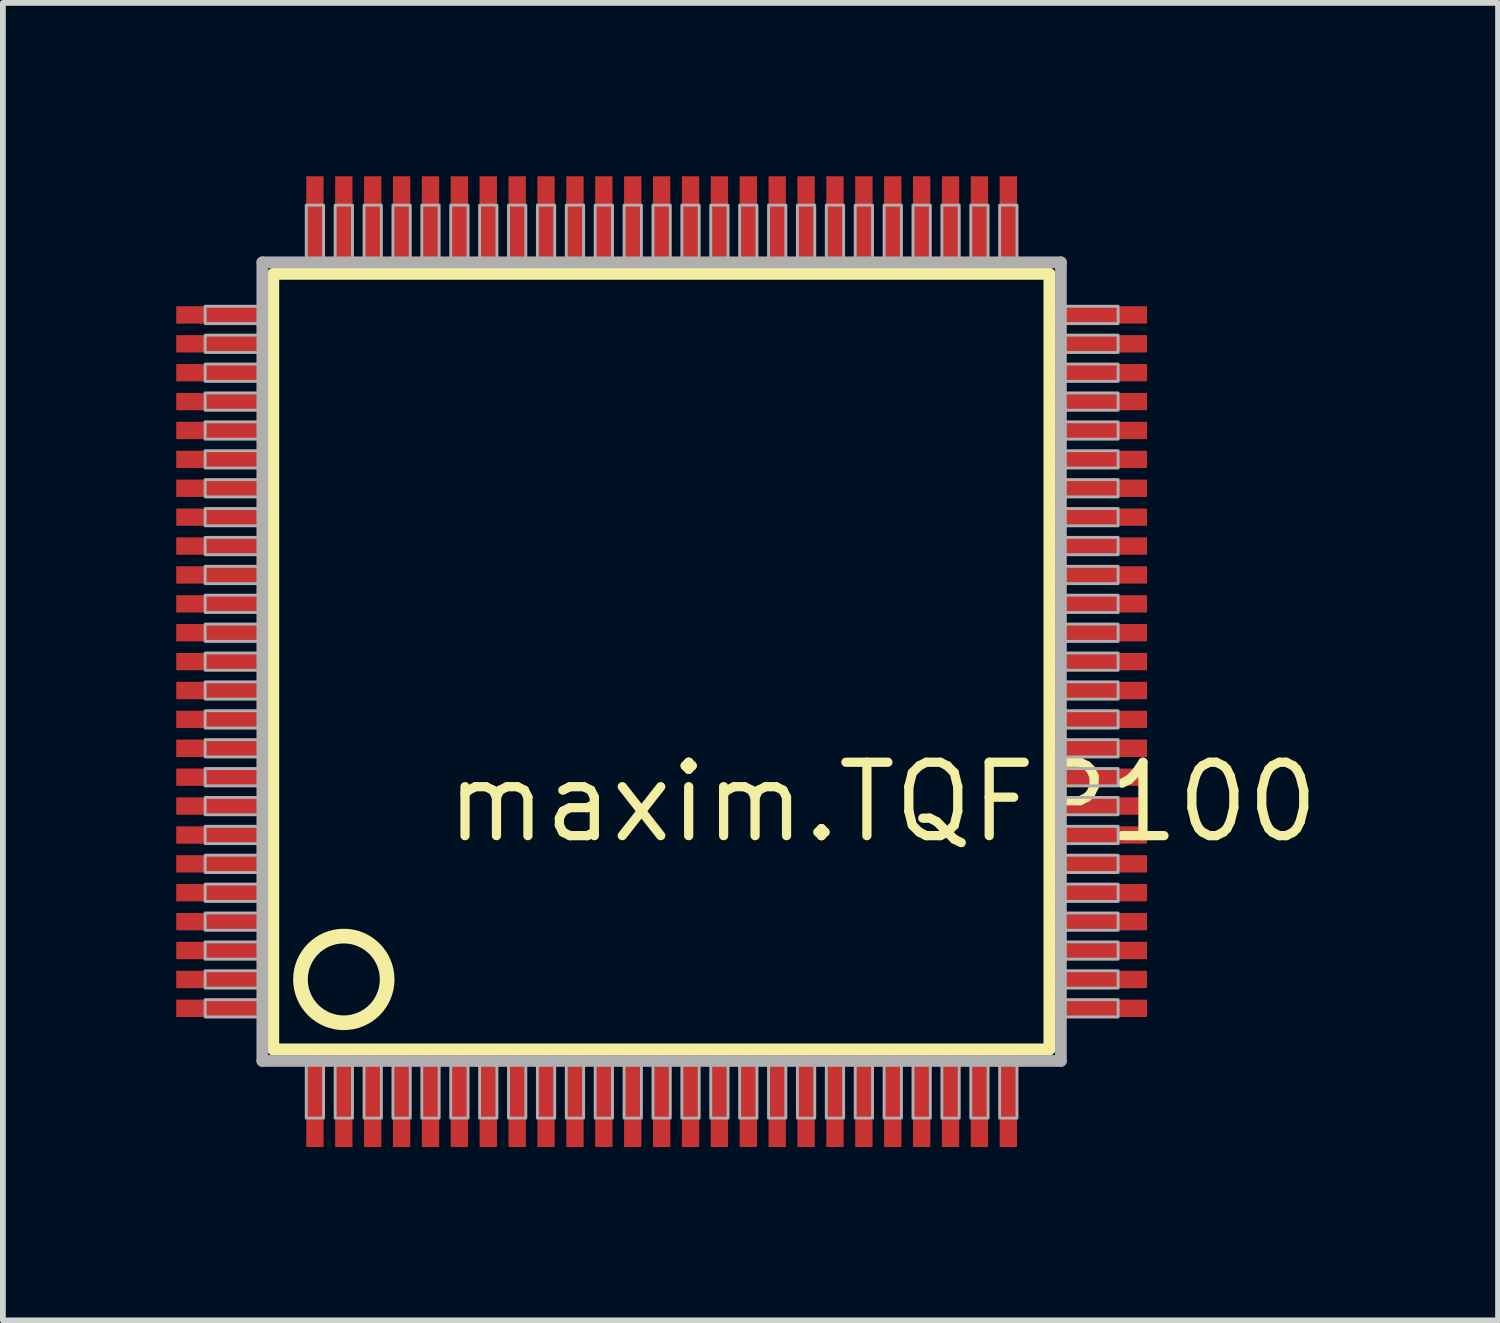
<source format=kicad_pcb>
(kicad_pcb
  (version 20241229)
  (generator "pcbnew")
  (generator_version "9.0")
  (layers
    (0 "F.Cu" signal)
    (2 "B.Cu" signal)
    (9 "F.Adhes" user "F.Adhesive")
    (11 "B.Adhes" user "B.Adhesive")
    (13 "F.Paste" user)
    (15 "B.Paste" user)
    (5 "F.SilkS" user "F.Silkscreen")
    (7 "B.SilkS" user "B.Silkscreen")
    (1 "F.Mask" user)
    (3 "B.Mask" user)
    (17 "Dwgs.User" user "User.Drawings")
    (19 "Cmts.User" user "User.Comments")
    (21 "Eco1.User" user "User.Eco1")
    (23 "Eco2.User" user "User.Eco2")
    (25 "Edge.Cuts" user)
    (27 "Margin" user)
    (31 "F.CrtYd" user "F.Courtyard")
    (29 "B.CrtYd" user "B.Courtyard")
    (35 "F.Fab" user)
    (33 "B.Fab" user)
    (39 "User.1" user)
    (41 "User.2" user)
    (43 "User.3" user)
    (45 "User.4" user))
  (footprint "maxim.TQFP100"
    (layer "F.Cu")
    (at 8.4 8.4)
    (property "Reference" "maxim.TQFP100" (at -3.81 3.175 0) (layer "F.SilkS") (effects (font (size 1.27 1.27) (thickness 0.16)) (justify left bottom)))
    (attr smd)
    (fp_line (start -6.72 -6.71) (end 6.71 -6.71) (stroke (width 0.203) (type default)) (layer "F.SilkS"))
    (fp_line (start -6.72 6.71) (end -6.72 -6.71) (stroke (width 0.203) (type default)) (layer "F.SilkS"))
    (fp_line (start 6.71 -6.71) (end 6.71 6.71) (stroke (width 0.203) (type default)) (layer "F.SilkS"))
    (fp_line (start 6.71 6.71) (end -6.72 6.71) (stroke (width 0.203) (type default)) (layer "F.SilkS"))
    (fp_circle (center -5.5 5.5) (end -4.75 5.5) (stroke (width 0.254) (type default)) (fill no) (layer "F.SilkS"))
    (fp_line (start -6.91 -6.91) (end -6.91 6.91) (stroke (width 0.203) (type default)) (layer "F.Fab"))
    (fp_line (start -6.91 6.91) (end 6.91 6.91) (stroke (width 0.203) (type default)) (layer "F.Fab"))
    (fp_line (start 6.91 -6.91) (end -6.91 -6.91) (stroke (width 0.203) (type default)) (layer "F.Fab"))
    (fp_line (start 6.91 6.91) (end 6.91 -6.91) (stroke (width 0.203) (type default)) (layer "F.Fab"))
    (fp_rect (start -7.9 -5.85) (end -6.95 -6.15) (stroke (width 0.05) (type default)) (fill no) (layer "F.Fab"))
    (fp_rect (start -7.9 -5.35) (end -6.95 -5.65) (stroke (width 0.05) (type default)) (fill no) (layer "F.Fab"))
    (fp_rect (start -7.9 -4.85) (end -6.95 -5.15) (stroke (width 0.05) (type default)) (fill no) (layer "F.Fab"))
    (fp_rect (start -7.9 -4.35) (end -6.95 -4.65) (stroke (width 0.05) (type default)) (fill no) (layer "F.Fab"))
    (fp_rect (start -7.9 -3.85) (end -6.95 -4.15) (stroke (width 0.05) (type default)) (fill no) (layer "F.Fab"))
    (fp_rect (start -7.9 -3.35) (end -6.95 -3.65) (stroke (width 0.05) (type default)) (fill no) (layer "F.Fab"))
    (fp_rect (start -7.9 -2.85) (end -6.95 -3.15) (stroke (width 0.05) (type default)) (fill no) (layer "F.Fab"))
    (fp_rect (start -7.9 -2.35) (end -6.95 -2.65) (stroke (width 0.05) (type default)) (fill no) (layer "F.Fab"))
    (fp_rect (start -7.9 -1.85) (end -6.95 -2.15) (stroke (width 0.05) (type default)) (fill no) (layer "F.Fab"))
    (fp_rect (start -7.9 -1.35) (end -6.95 -1.65) (stroke (width 0.05) (type default)) (fill no) (layer "F.Fab"))
    (fp_rect (start -7.9 -0.85) (end -6.95 -1.15) (stroke (width 0.05) (type default)) (fill no) (layer "F.Fab"))
    (fp_rect (start -7.9 -0.35) (end -6.95 -0.65) (stroke (width 0.05) (type default)) (fill no) (layer "F.Fab"))
    (fp_rect (start -7.9 0.15) (end -6.95 -0.15) (stroke (width 0.05) (type default)) (fill no) (layer "F.Fab"))
    (fp_rect (start -7.9 0.65) (end -6.95 0.35) (stroke (width 0.05) (type default)) (fill no) (layer "F.Fab"))
    (fp_rect (start -7.9 1.15) (end -6.95 0.85) (stroke (width 0.05) (type default)) (fill no) (layer "F.Fab"))
    (fp_rect (start -7.9 1.65) (end -6.95 1.35) (stroke (width 0.05) (type default)) (fill no) (layer "F.Fab"))
    (fp_rect (start -7.9 2.15) (end -6.95 1.85) (stroke (width 0.05) (type default)) (fill no) (layer "F.Fab"))
    (fp_rect (start -7.9 2.65) (end -6.95 2.35) (stroke (width 0.05) (type default)) (fill no) (layer "F.Fab"))
    (fp_rect (start -7.9 3.15) (end -6.95 2.85) (stroke (width 0.05) (type default)) (fill no) (layer "F.Fab"))
    (fp_rect (start -7.9 3.65) (end -6.95 3.35) (stroke (width 0.05) (type default)) (fill no) (layer "F.Fab"))
    (fp_rect (start -7.9 4.15) (end -6.95 3.85) (stroke (width 0.05) (type default)) (fill no) (layer "F.Fab"))
    (fp_rect (start -7.9 4.65) (end -6.95 4.35) (stroke (width 0.05) (type default)) (fill no) (layer "F.Fab"))
    (fp_rect (start -7.9 5.15) (end -6.95 4.85) (stroke (width 0.05) (type default)) (fill no) (layer "F.Fab"))
    (fp_rect (start -7.9 5.65) (end -6.95 5.35) (stroke (width 0.05) (type default)) (fill no) (layer "F.Fab"))
    (fp_rect (start -7.9 6.15) (end -6.95 5.85) (stroke (width 0.05) (type default)) (fill no) (layer "F.Fab"))
    (fp_rect (start -6.15 -6.95) (end -5.85 -7.9) (stroke (width 0.05) (type default)) (fill no) (layer "F.Fab"))
    (fp_rect (start -6.15 7.9) (end -5.85 6.95) (stroke (width 0.05) (type default)) (fill no) (layer "F.Fab"))
    (fp_rect (start -5.65 -6.95) (end -5.35 -7.9) (stroke (width 0.05) (type default)) (fill no) (layer "F.Fab"))
    (fp_rect (start -5.65 7.9) (end -5.35 6.95) (stroke (width 0.05) (type default)) (fill no) (layer "F.Fab"))
    (fp_rect (start -5.15 -6.95) (end -4.85 -7.9) (stroke (width 0.05) (type default)) (fill no) (layer "F.Fab"))
    (fp_rect (start -5.15 7.9) (end -4.85 6.95) (stroke (width 0.05) (type default)) (fill no) (layer "F.Fab"))
    (fp_rect (start -4.65 -6.95) (end -4.35 -7.9) (stroke (width 0.05) (type default)) (fill no) (layer "F.Fab"))
    (fp_rect (start -4.65 7.9) (end -4.35 6.95) (stroke (width 0.05) (type default)) (fill no) (layer "F.Fab"))
    (fp_rect (start -4.15 -6.95) (end -3.85 -7.9) (stroke (width 0.05) (type default)) (fill no) (layer "F.Fab"))
    (fp_rect (start -4.15 7.9) (end -3.85 6.95) (stroke (width 0.05) (type default)) (fill no) (layer "F.Fab"))
    (fp_rect (start -3.65 -6.95) (end -3.35 -7.9) (stroke (width 0.05) (type default)) (fill no) (layer "F.Fab"))
    (fp_rect (start -3.65 7.9) (end -3.35 6.95) (stroke (width 0.05) (type default)) (fill no) (layer "F.Fab"))
    (fp_rect (start -3.15 -6.95) (end -2.85 -7.9) (stroke (width 0.05) (type default)) (fill no) (layer "F.Fab"))
    (fp_rect (start -3.15 7.9) (end -2.85 6.95) (stroke (width 0.05) (type default)) (fill no) (layer "F.Fab"))
    (fp_rect (start -2.65 -6.95) (end -2.35 -7.9) (stroke (width 0.05) (type default)) (fill no) (layer "F.Fab"))
    (fp_rect (start -2.65 7.9) (end -2.35 6.95) (stroke (width 0.05) (type default)) (fill no) (layer "F.Fab"))
    (fp_rect (start -2.15 -6.95) (end -1.85 -7.9) (stroke (width 0.05) (type default)) (fill no) (layer "F.Fab"))
    (fp_rect (start -2.15 7.9) (end -1.85 6.95) (stroke (width 0.05) (type default)) (fill no) (layer "F.Fab"))
    (fp_rect (start -1.65 -6.95) (end -1.35 -7.9) (stroke (width 0.05) (type default)) (fill no) (layer "F.Fab"))
    (fp_rect (start -1.65 7.9) (end -1.35 6.95) (stroke (width 0.05) (type default)) (fill no) (layer "F.Fab"))
    (fp_rect (start -1.15 -6.95) (end -0.85 -7.9) (stroke (width 0.05) (type default)) (fill no) (layer "F.Fab"))
    (fp_rect (start -1.15 7.9) (end -0.85 6.95) (stroke (width 0.05) (type default)) (fill no) (layer "F.Fab"))
    (fp_rect (start -0.65 -6.95) (end -0.35 -7.9) (stroke (width 0.05) (type default)) (fill no) (layer "F.Fab"))
    (fp_rect (start -0.65 7.9) (end -0.35 6.95) (stroke (width 0.05) (type default)) (fill no) (layer "F.Fab"))
    (fp_rect (start -0.15 -6.95) (end 0.15 -7.9) (stroke (width 0.05) (type default)) (fill no) (layer "F.Fab"))
    (fp_rect (start -0.15 7.9) (end 0.15 6.95) (stroke (width 0.05) (type default)) (fill no) (layer "F.Fab"))
    (fp_rect (start 0.35 -6.95) (end 0.65 -7.9) (stroke (width 0.05) (type default)) (fill no) (layer "F.Fab"))
    (fp_rect (start 0.35 7.9) (end 0.65 6.95) (stroke (width 0.05) (type default)) (fill no) (layer "F.Fab"))
    (fp_rect (start 0.85 -6.95) (end 1.15 -7.9) (stroke (width 0.05) (type default)) (fill no) (layer "F.Fab"))
    (fp_rect (start 0.85 7.9) (end 1.15 6.95) (stroke (width 0.05) (type default)) (fill no) (layer "F.Fab"))
    (fp_rect (start 1.35 -6.95) (end 1.65 -7.9) (stroke (width 0.05) (type default)) (fill no) (layer "F.Fab"))
    (fp_rect (start 1.35 7.9) (end 1.65 6.95) (stroke (width 0.05) (type default)) (fill no) (layer "F.Fab"))
    (fp_rect (start 1.85 -6.95) (end 2.15 -7.9) (stroke (width 0.05) (type default)) (fill no) (layer "F.Fab"))
    (fp_rect (start 1.85 7.9) (end 2.15 6.95) (stroke (width 0.05) (type default)) (fill no) (layer "F.Fab"))
    (fp_rect (start 2.35 -6.95) (end 2.65 -7.9) (stroke (width 0.05) (type default)) (fill no) (layer "F.Fab"))
    (fp_rect (start 2.35 7.9) (end 2.65 6.95) (stroke (width 0.05) (type default)) (fill no) (layer "F.Fab"))
    (fp_rect (start 2.85 -6.95) (end 3.15 -7.9) (stroke (width 0.05) (type default)) (fill no) (layer "F.Fab"))
    (fp_rect (start 2.85 7.9) (end 3.15 6.95) (stroke (width 0.05) (type default)) (fill no) (layer "F.Fab"))
    (fp_rect (start 3.35 -6.95) (end 3.65 -7.9) (stroke (width 0.05) (type default)) (fill no) (layer "F.Fab"))
    (fp_rect (start 3.35 7.9) (end 3.65 6.95) (stroke (width 0.05) (type default)) (fill no) (layer "F.Fab"))
    (fp_rect (start 3.85 -6.95) (end 4.15 -7.9) (stroke (width 0.05) (type default)) (fill no) (layer "F.Fab"))
    (fp_rect (start 3.85 7.9) (end 4.15 6.95) (stroke (width 0.05) (type default)) (fill no) (layer "F.Fab"))
    (fp_rect (start 4.35 -6.95) (end 4.65 -7.9) (stroke (width 0.05) (type default)) (fill no) (layer "F.Fab"))
    (fp_rect (start 4.35 7.9) (end 4.65 6.95) (stroke (width 0.05) (type default)) (fill no) (layer "F.Fab"))
    (fp_rect (start 4.85 -6.95) (end 5.15 -7.9) (stroke (width 0.05) (type default)) (fill no) (layer "F.Fab"))
    (fp_rect (start 4.85 7.9) (end 5.15 6.95) (stroke (width 0.05) (type default)) (fill no) (layer "F.Fab"))
    (fp_rect (start 5.35 -6.95) (end 5.65 -7.9) (stroke (width 0.05) (type default)) (fill no) (layer "F.Fab"))
    (fp_rect (start 5.35 7.9) (end 5.65 6.95) (stroke (width 0.05) (type default)) (fill no) (layer "F.Fab"))
    (fp_rect (start 5.85 -6.95) (end 6.15 -7.9) (stroke (width 0.05) (type default)) (fill no) (layer "F.Fab"))
    (fp_rect (start 5.85 7.9) (end 6.15 6.95) (stroke (width 0.05) (type default)) (fill no) (layer "F.Fab"))
    (fp_rect (start 6.95 -5.85) (end 7.9 -6.15) (stroke (width 0.05) (type default)) (fill no) (layer "F.Fab"))
    (fp_rect (start 6.95 -5.35) (end 7.9 -5.65) (stroke (width 0.05) (type default)) (fill no) (layer "F.Fab"))
    (fp_rect (start 6.95 -4.85) (end 7.9 -5.15) (stroke (width 0.05) (type default)) (fill no) (layer "F.Fab"))
    (fp_rect (start 6.95 -4.35) (end 7.9 -4.65) (stroke (width 0.05) (type default)) (fill no) (layer "F.Fab"))
    (fp_rect (start 6.95 -3.85) (end 7.9 -4.15) (stroke (width 0.05) (type default)) (fill no) (layer "F.Fab"))
    (fp_rect (start 6.95 -3.35) (end 7.9 -3.65) (stroke (width 0.05) (type default)) (fill no) (layer "F.Fab"))
    (fp_rect (start 6.95 -2.85) (end 7.9 -3.15) (stroke (width 0.05) (type default)) (fill no) (layer "F.Fab"))
    (fp_rect (start 6.95 -2.35) (end 7.9 -2.65) (stroke (width 0.05) (type default)) (fill no) (layer "F.Fab"))
    (fp_rect (start 6.95 -1.85) (end 7.9 -2.15) (stroke (width 0.05) (type default)) (fill no) (layer "F.Fab"))
    (fp_rect (start 6.95 -1.35) (end 7.9 -1.65) (stroke (width 0.05) (type default)) (fill no) (layer "F.Fab"))
    (fp_rect (start 6.95 -0.85) (end 7.9 -1.15) (stroke (width 0.05) (type default)) (fill no) (layer "F.Fab"))
    (fp_rect (start 6.95 -0.35) (end 7.9 -0.65) (stroke (width 0.05) (type default)) (fill no) (layer "F.Fab"))
    (fp_rect (start 6.95 0.15) (end 7.9 -0.15) (stroke (width 0.05) (type default)) (fill no) (layer "F.Fab"))
    (fp_rect (start 6.95 0.65) (end 7.9 0.35) (stroke (width 0.05) (type default)) (fill no) (layer "F.Fab"))
    (fp_rect (start 6.95 1.15) (end 7.9 0.85) (stroke (width 0.05) (type default)) (fill no) (layer "F.Fab"))
    (fp_rect (start 6.95 1.65) (end 7.9 1.35) (stroke (width 0.05) (type default)) (fill no) (layer "F.Fab"))
    (fp_rect (start 6.95 2.15) (end 7.9 1.85) (stroke (width 0.05) (type default)) (fill no) (layer "F.Fab"))
    (fp_rect (start 6.95 2.65) (end 7.9 2.35) (stroke (width 0.05) (type default)) (fill no) (layer "F.Fab"))
    (fp_rect (start 6.95 3.15) (end 7.9 2.85) (stroke (width 0.05) (type default)) (fill no) (layer "F.Fab"))
    (fp_rect (start 6.95 3.65) (end 7.9 3.35) (stroke (width 0.05) (type default)) (fill no) (layer "F.Fab"))
    (fp_rect (start 6.95 4.15) (end 7.9 3.85) (stroke (width 0.05) (type default)) (fill no) (layer "F.Fab"))
    (fp_rect (start 6.95 4.65) (end 7.9 4.35) (stroke (width 0.05) (type default)) (fill no) (layer "F.Fab"))
    (fp_rect (start 6.95 5.15) (end 7.9 4.85) (stroke (width 0.05) (type default)) (fill no) (layer "F.Fab"))
    (fp_rect (start 6.95 5.65) (end 7.9 5.35) (stroke (width 0.05) (type default)) (fill no) (layer "F.Fab"))
    (fp_rect (start 6.95 6.15) (end 7.9 5.85) (stroke (width 0.05) (type default)) (fill no) (layer "F.Fab"))
    (pad "1" smd roundrect (at -6 7.6) (size 0.3 1.6) (layers "F.Cu" "F.Mask" "F.Paste") (roundrect_rratio 0.01))
    (pad "2" smd roundrect (at -5.5 7.6) (size 0.3 1.6) (layers "F.Cu" "F.Mask" "F.Paste") (roundrect_rratio 0.01))
    (pad "3" smd roundrect (at -5 7.6) (size 0.3 1.6) (layers "F.Cu" "F.Mask" "F.Paste") (roundrect_rratio 0.01))
    (pad "4" smd roundrect (at -4.5 7.6) (size 0.3 1.6) (layers "F.Cu" "F.Mask" "F.Paste") (roundrect_rratio 0.01))
    (pad "5" smd roundrect (at -4 7.6) (size 0.3 1.6) (layers "F.Cu" "F.Mask" "F.Paste") (roundrect_rratio 0.01))
    (pad "6" smd roundrect (at -3.5 7.6) (size 0.3 1.6) (layers "F.Cu" "F.Mask" "F.Paste") (roundrect_rratio 0.01))
    (pad "7" smd roundrect (at -3 7.6) (size 0.3 1.6) (layers "F.Cu" "F.Mask" "F.Paste") (roundrect_rratio 0.01))
    (pad "8" smd roundrect (at -2.5 7.6) (size 0.3 1.6) (layers "F.Cu" "F.Mask" "F.Paste") (roundrect_rratio 0.01))
    (pad "9" smd roundrect (at -2 7.6) (size 0.3 1.6) (layers "F.Cu" "F.Mask" "F.Paste") (roundrect_rratio 0.01))
    (pad "10" smd roundrect (at -1.5 7.6) (size 0.3 1.6) (layers "F.Cu" "F.Mask" "F.Paste") (roundrect_rratio 0.01))
    (pad "11" smd roundrect (at -1 7.6) (size 0.3 1.6) (layers "F.Cu" "F.Mask" "F.Paste") (roundrect_rratio 0.01))
    (pad "12" smd roundrect (at -0.5 7.6) (size 0.3 1.6) (layers "F.Cu" "F.Mask" "F.Paste") (roundrect_rratio 0.01))
    (pad "13" smd roundrect (at 0 7.6) (size 0.3 1.6) (layers "F.Cu" "F.Mask" "F.Paste") (roundrect_rratio 0.01))
    (pad "14" smd roundrect (at 0.5 7.6) (size 0.3 1.6) (layers "F.Cu" "F.Mask" "F.Paste") (roundrect_rratio 0.01))
    (pad "15" smd roundrect (at 1 7.6) (size 0.3 1.6) (layers "F.Cu" "F.Mask" "F.Paste") (roundrect_rratio 0.01))
    (pad "16" smd roundrect (at 1.5 7.6) (size 0.3 1.6) (layers "F.Cu" "F.Mask" "F.Paste") (roundrect_rratio 0.01))
    (pad "17" smd roundrect (at 2 7.6) (size 0.3 1.6) (layers "F.Cu" "F.Mask" "F.Paste") (roundrect_rratio 0.01))
    (pad "18" smd roundrect (at 2.5 7.6) (size 0.3 1.6) (layers "F.Cu" "F.Mask" "F.Paste") (roundrect_rratio 0.01))
    (pad "19" smd roundrect (at 3 7.6) (size 0.3 1.6) (layers "F.Cu" "F.Mask" "F.Paste") (roundrect_rratio 0.01))
    (pad "20" smd roundrect (at 3.5 7.6) (size 0.3 1.6) (layers "F.Cu" "F.Mask" "F.Paste") (roundrect_rratio 0.01))
    (pad "21" smd roundrect (at 4 7.6) (size 0.3 1.6) (layers "F.Cu" "F.Mask" "F.Paste") (roundrect_rratio 0.01))
    (pad "22" smd roundrect (at 4.5 7.6) (size 0.3 1.6) (layers "F.Cu" "F.Mask" "F.Paste") (roundrect_rratio 0.01))
    (pad "23" smd roundrect (at 5 7.6) (size 0.3 1.6) (layers "F.Cu" "F.Mask" "F.Paste") (roundrect_rratio 0.01))
    (pad "24" smd roundrect (at 5.5 7.6) (size 0.3 1.6) (layers "F.Cu" "F.Mask" "F.Paste") (roundrect_rratio 0.01))
    (pad "25" smd roundrect (at 6 7.6) (size 0.3 1.6) (layers "F.Cu" "F.Mask" "F.Paste") (roundrect_rratio 0.01))
    (pad "26" smd roundrect (at 7.6 6) (size 1.6 0.3) (layers "F.Cu" "F.Mask" "F.Paste") (roundrect_rratio 0.01))
    (pad "27" smd roundrect (at 7.6 5.5) (size 1.6 0.3) (layers "F.Cu" "F.Mask" "F.Paste") (roundrect_rratio 0.01))
    (pad "28" smd roundrect (at 7.6 5) (size 1.6 0.3) (layers "F.Cu" "F.Mask" "F.Paste") (roundrect_rratio 0.01))
    (pad "29" smd roundrect (at 7.6 4.5) (size 1.6 0.3) (layers "F.Cu" "F.Mask" "F.Paste") (roundrect_rratio 0.01))
    (pad "30" smd roundrect (at 7.6 4) (size 1.6 0.3) (layers "F.Cu" "F.Mask" "F.Paste") (roundrect_rratio 0.01))
    (pad "31" smd roundrect (at 7.6 3.5) (size 1.6 0.3) (layers "F.Cu" "F.Mask" "F.Paste") (roundrect_rratio 0.01))
    (pad "32" smd roundrect (at 7.6 3) (size 1.6 0.3) (layers "F.Cu" "F.Mask" "F.Paste") (roundrect_rratio 0.01))
    (pad "33" smd roundrect (at 7.6 2.5) (size 1.6 0.3) (layers "F.Cu" "F.Mask" "F.Paste") (roundrect_rratio 0.01))
    (pad "34" smd roundrect (at 7.6 2) (size 1.6 0.3) (layers "F.Cu" "F.Mask" "F.Paste") (roundrect_rratio 0.01))
    (pad "35" smd roundrect (at 7.6 1.5) (size 1.6 0.3) (layers "F.Cu" "F.Mask" "F.Paste") (roundrect_rratio 0.01))
    (pad "36" smd roundrect (at 7.6 1) (size 1.6 0.3) (layers "F.Cu" "F.Mask" "F.Paste") (roundrect_rratio 0.01))
    (pad "37" smd roundrect (at 7.6 0.5) (size 1.6 0.3) (layers "F.Cu" "F.Mask" "F.Paste") (roundrect_rratio 0.01))
    (pad "38" smd roundrect (at 7.6 0) (size 1.6 0.3) (layers "F.Cu" "F.Mask" "F.Paste") (roundrect_rratio 0.01))
    (pad "39" smd roundrect (at 7.6 -0.5) (size 1.6 0.3) (layers "F.Cu" "F.Mask" "F.Paste") (roundrect_rratio 0.01))
    (pad "40" smd roundrect (at 7.6 -1) (size 1.6 0.3) (layers "F.Cu" "F.Mask" "F.Paste") (roundrect_rratio 0.01))
    (pad "41" smd roundrect (at 7.6 -1.5) (size 1.6 0.3) (layers "F.Cu" "F.Mask" "F.Paste") (roundrect_rratio 0.01))
    (pad "42" smd roundrect (at 7.6 -2) (size 1.6 0.3) (layers "F.Cu" "F.Mask" "F.Paste") (roundrect_rratio 0.01))
    (pad "43" smd roundrect (at 7.6 -2.5) (size 1.6 0.3) (layers "F.Cu" "F.Mask" "F.Paste") (roundrect_rratio 0.01))
    (pad "44" smd roundrect (at 7.6 -3) (size 1.6 0.3) (layers "F.Cu" "F.Mask" "F.Paste") (roundrect_rratio 0.01))
    (pad "45" smd roundrect (at 7.6 -3.5) (size 1.6 0.3) (layers "F.Cu" "F.Mask" "F.Paste") (roundrect_rratio 0.01))
    (pad "46" smd roundrect (at 7.6 -4) (size 1.6 0.3) (layers "F.Cu" "F.Mask" "F.Paste") (roundrect_rratio 0.01))
    (pad "47" smd roundrect (at 7.6 -4.5) (size 1.6 0.3) (layers "F.Cu" "F.Mask" "F.Paste") (roundrect_rratio 0.01))
    (pad "48" smd roundrect (at 7.6 -5) (size 1.6 0.3) (layers "F.Cu" "F.Mask" "F.Paste") (roundrect_rratio 0.01))
    (pad "49" smd roundrect (at 7.6 -5.5) (size 1.6 0.3) (layers "F.Cu" "F.Mask" "F.Paste") (roundrect_rratio 0.01))
    (pad "50" smd roundrect (at 7.6 -6) (size 1.6 0.3) (layers "F.Cu" "F.Mask" "F.Paste") (roundrect_rratio 0.01))
    (pad "51" smd roundrect (at 6 -7.6) (size 0.3 1.6) (layers "F.Cu" "F.Mask" "F.Paste") (roundrect_rratio 0.01))
    (pad "52" smd roundrect (at 5.5 -7.6) (size 0.3 1.6) (layers "F.Cu" "F.Mask" "F.Paste") (roundrect_rratio 0.01))
    (pad "53" smd roundrect (at 5 -7.6) (size 0.3 1.6) (layers "F.Cu" "F.Mask" "F.Paste") (roundrect_rratio 0.01))
    (pad "54" smd roundrect (at 4.5 -7.6) (size 0.3 1.6) (layers "F.Cu" "F.Mask" "F.Paste") (roundrect_rratio 0.01))
    (pad "55" smd roundrect (at 4 -7.6) (size 0.3 1.6) (layers "F.Cu" "F.Mask" "F.Paste") (roundrect_rratio 0.01))
    (pad "56" smd roundrect (at 3.5 -7.6) (size 0.3 1.6) (layers "F.Cu" "F.Mask" "F.Paste") (roundrect_rratio 0.01))
    (pad "57" smd roundrect (at 3 -7.6) (size 0.3 1.6) (layers "F.Cu" "F.Mask" "F.Paste") (roundrect_rratio 0.01))
    (pad "58" smd roundrect (at 2.5 -7.6) (size 0.3 1.6) (layers "F.Cu" "F.Mask" "F.Paste") (roundrect_rratio 0.01))
    (pad "59" smd roundrect (at 2 -7.6) (size 0.3 1.6) (layers "F.Cu" "F.Mask" "F.Paste") (roundrect_rratio 0.01))
    (pad "60" smd roundrect (at 1.5 -7.6) (size 0.3 1.6) (layers "F.Cu" "F.Mask" "F.Paste") (roundrect_rratio 0.01))
    (pad "61" smd roundrect (at 1 -7.6) (size 0.3 1.6) (layers "F.Cu" "F.Mask" "F.Paste") (roundrect_rratio 0.01))
    (pad "62" smd roundrect (at 0.5 -7.6) (size 0.3 1.6) (layers "F.Cu" "F.Mask" "F.Paste") (roundrect_rratio 0.01))
    (pad "63" smd roundrect (at 0 -7.6) (size 0.3 1.6) (layers "F.Cu" "F.Mask" "F.Paste") (roundrect_rratio 0.01))
    (pad "64" smd roundrect (at -0.5 -7.6) (size 0.3 1.6) (layers "F.Cu" "F.Mask" "F.Paste") (roundrect_rratio 0.01))
    (pad "65" smd roundrect (at -1 -7.6) (size 0.3 1.6) (layers "F.Cu" "F.Mask" "F.Paste") (roundrect_rratio 0.01))
    (pad "66" smd roundrect (at -1.5 -7.6) (size 0.3 1.6) (layers "F.Cu" "F.Mask" "F.Paste") (roundrect_rratio 0.01))
    (pad "67" smd roundrect (at -2 -7.6) (size 0.3 1.6) (layers "F.Cu" "F.Mask" "F.Paste") (roundrect_rratio 0.01))
    (pad "68" smd roundrect (at -2.5 -7.6) (size 0.3 1.6) (layers "F.Cu" "F.Mask" "F.Paste") (roundrect_rratio 0.01))
    (pad "69" smd roundrect (at -3 -7.6) (size 0.3 1.6) (layers "F.Cu" "F.Mask" "F.Paste") (roundrect_rratio 0.01))
    (pad "70" smd roundrect (at -3.5 -7.6) (size 0.3 1.6) (layers "F.Cu" "F.Mask" "F.Paste") (roundrect_rratio 0.01))
    (pad "71" smd roundrect (at -4 -7.6) (size 0.3 1.6) (layers "F.Cu" "F.Mask" "F.Paste") (roundrect_rratio 0.01))
    (pad "72" smd roundrect (at -4.5 -7.6) (size 0.3 1.6) (layers "F.Cu" "F.Mask" "F.Paste") (roundrect_rratio 0.01))
    (pad "73" smd roundrect (at -5 -7.6) (size 0.3 1.6) (layers "F.Cu" "F.Mask" "F.Paste") (roundrect_rratio 0.01))
    (pad "74" smd roundrect (at -5.5 -7.6) (size 0.3 1.6) (layers "F.Cu" "F.Mask" "F.Paste") (roundrect_rratio 0.01))
    (pad "75" smd roundrect (at -6 -7.6) (size 0.3 1.6) (layers "F.Cu" "F.Mask" "F.Paste") (roundrect_rratio 0.01))
    (pad "76" smd roundrect (at -7.6 -6) (size 1.6 0.3) (layers "F.Cu" "F.Mask" "F.Paste") (roundrect_rratio 0.01))
    (pad "77" smd roundrect (at -7.6 -5.5) (size 1.6 0.3) (layers "F.Cu" "F.Mask" "F.Paste") (roundrect_rratio 0.01))
    (pad "78" smd roundrect (at -7.6 -5) (size 1.6 0.3) (layers "F.Cu" "F.Mask" "F.Paste") (roundrect_rratio 0.01))
    (pad "79" smd roundrect (at -7.6 -4.5) (size 1.6 0.3) (layers "F.Cu" "F.Mask" "F.Paste") (roundrect_rratio 0.01))
    (pad "80" smd roundrect (at -7.6 -4) (size 1.6 0.3) (layers "F.Cu" "F.Mask" "F.Paste") (roundrect_rratio 0.01))
    (pad "81" smd roundrect (at -7.6 -3.5) (size 1.6 0.3) (layers "F.Cu" "F.Mask" "F.Paste") (roundrect_rratio 0.01))
    (pad "82" smd roundrect (at -7.6 -3) (size 1.6 0.3) (layers "F.Cu" "F.Mask" "F.Paste") (roundrect_rratio 0.01))
    (pad "83" smd roundrect (at -7.6 -2.5) (size 1.6 0.3) (layers "F.Cu" "F.Mask" "F.Paste") (roundrect_rratio 0.01))
    (pad "84" smd roundrect (at -7.6 -2) (size 1.6 0.3) (layers "F.Cu" "F.Mask" "F.Paste") (roundrect_rratio 0.01))
    (pad "85" smd roundrect (at -7.6 -1.5) (size 1.6 0.3) (layers "F.Cu" "F.Mask" "F.Paste") (roundrect_rratio 0.01))
    (pad "86" smd roundrect (at -7.6 -1) (size 1.6 0.3) (layers "F.Cu" "F.Mask" "F.Paste") (roundrect_rratio 0.01))
    (pad "87" smd roundrect (at -7.6 -0.5) (size 1.6 0.3) (layers "F.Cu" "F.Mask" "F.Paste") (roundrect_rratio 0.01))
    (pad "88" smd roundrect (at -7.6 0) (size 1.6 0.3) (layers "F.Cu" "F.Mask" "F.Paste") (roundrect_rratio 0.01))
    (pad "89" smd roundrect (at -7.6 0.5) (size 1.6 0.3) (layers "F.Cu" "F.Mask" "F.Paste") (roundrect_rratio 0.01))
    (pad "90" smd roundrect (at -7.6 1) (size 1.6 0.3) (layers "F.Cu" "F.Mask" "F.Paste") (roundrect_rratio 0.01))
    (pad "91" smd roundrect (at -7.6 1.5) (size 1.6 0.3) (layers "F.Cu" "F.Mask" "F.Paste") (roundrect_rratio 0.01))
    (pad "92" smd roundrect (at -7.6 2) (size 1.6 0.3) (layers "F.Cu" "F.Mask" "F.Paste") (roundrect_rratio 0.01))
    (pad "93" smd roundrect (at -7.6 2.5) (size 1.6 0.3) (layers "F.Cu" "F.Mask" "F.Paste") (roundrect_rratio 0.01))
    (pad "94" smd roundrect (at -7.6 3) (size 1.6 0.3) (layers "F.Cu" "F.Mask" "F.Paste") (roundrect_rratio 0.01))
    (pad "95" smd roundrect (at -7.6 3.5) (size 1.6 0.3) (layers "F.Cu" "F.Mask" "F.Paste") (roundrect_rratio 0.01))
    (pad "96" smd roundrect (at -7.6 4) (size 1.6 0.3) (layers "F.Cu" "F.Mask" "F.Paste") (roundrect_rratio 0.01))
    (pad "97" smd roundrect (at -7.6 4.5) (size 1.6 0.3) (layers "F.Cu" "F.Mask" "F.Paste") (roundrect_rratio 0.01))
    (pad "98" smd roundrect (at -7.6 5) (size 1.6 0.3) (layers "F.Cu" "F.Mask" "F.Paste") (roundrect_rratio 0.01))
    (pad "99" smd roundrect (at -7.6 5.5) (size 1.6 0.3) (layers "F.Cu" "F.Mask" "F.Paste") (roundrect_rratio 0.01))
    (pad "100" smd roundrect (at -7.6 6) (size 1.6 0.3) (layers "F.Cu" "F.Mask" "F.Paste") (roundrect_rratio 0.01)))
  (gr_rect
    (start -3 -3)
    (end 22.875 19.8)
    (stroke (width 0.1) (type default))
    (fill no)
    (layer "Edge.Cuts")))
</source>
